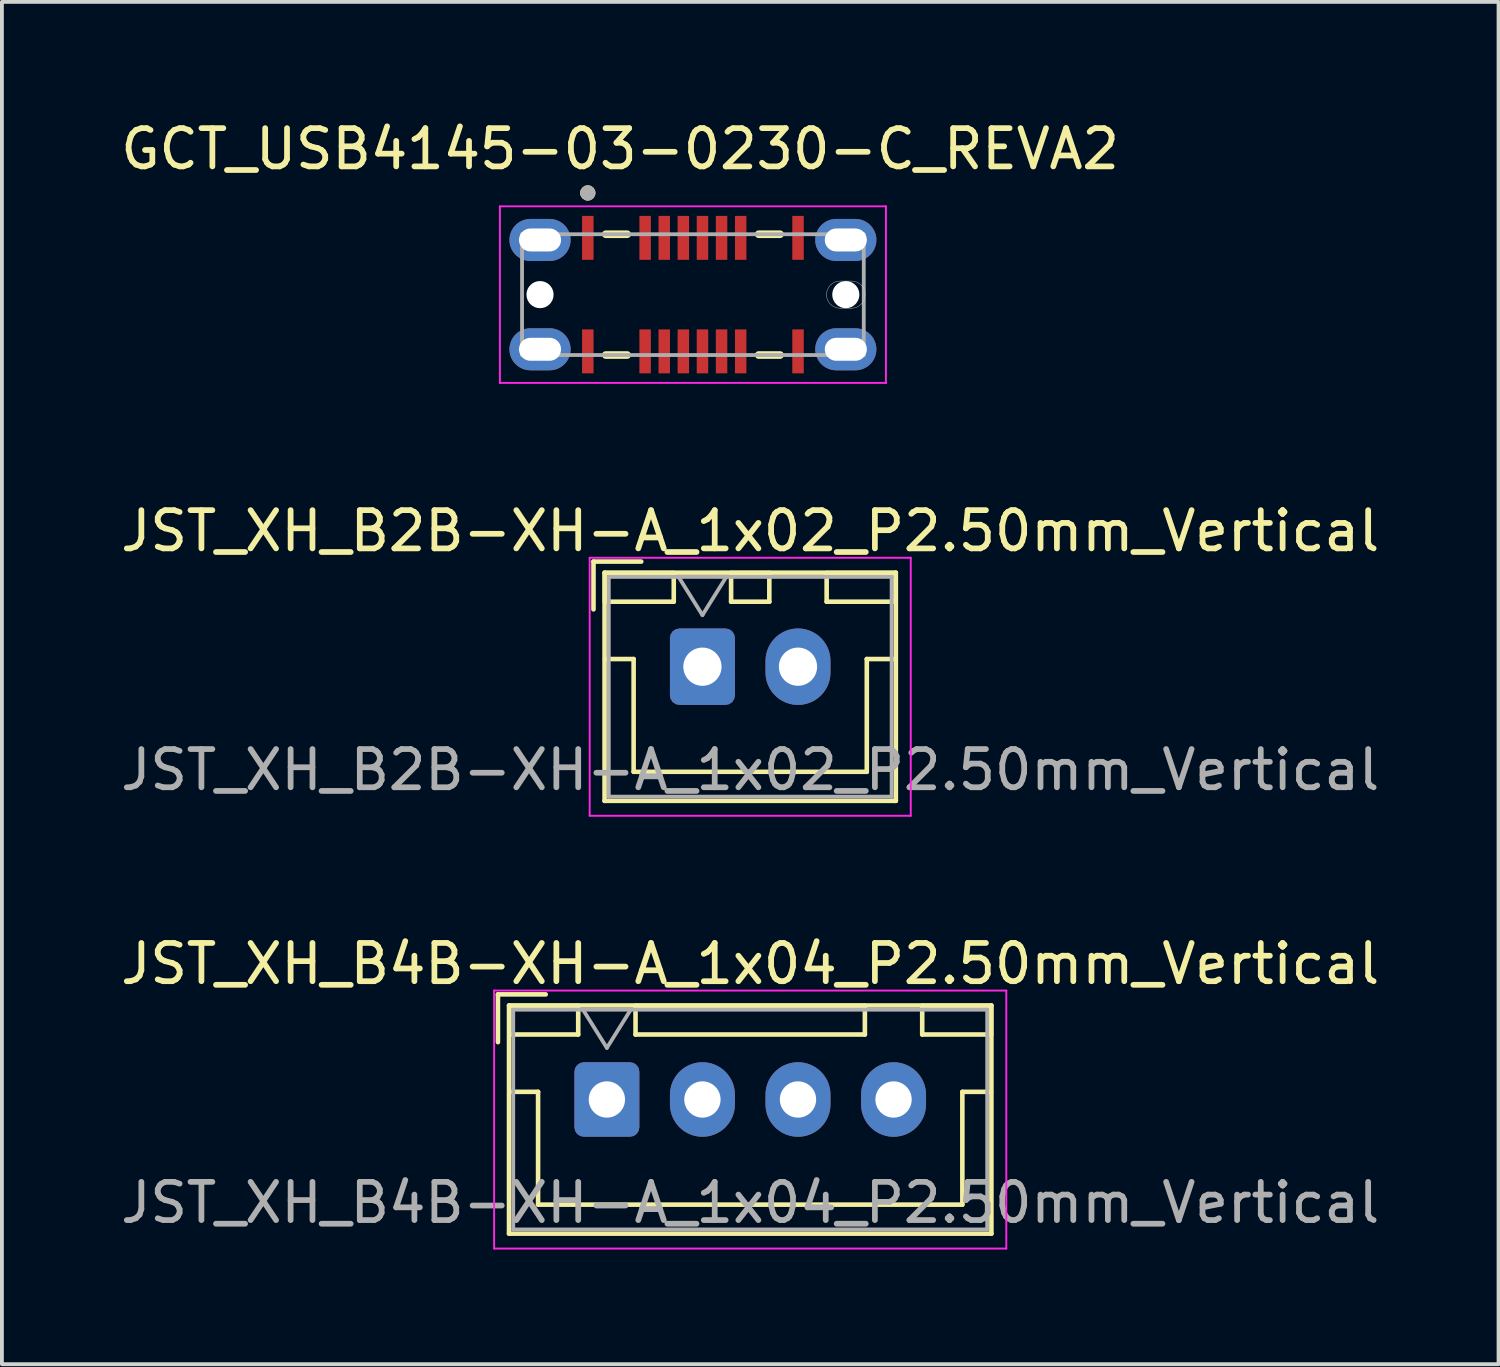
<source format=kicad_pcb>
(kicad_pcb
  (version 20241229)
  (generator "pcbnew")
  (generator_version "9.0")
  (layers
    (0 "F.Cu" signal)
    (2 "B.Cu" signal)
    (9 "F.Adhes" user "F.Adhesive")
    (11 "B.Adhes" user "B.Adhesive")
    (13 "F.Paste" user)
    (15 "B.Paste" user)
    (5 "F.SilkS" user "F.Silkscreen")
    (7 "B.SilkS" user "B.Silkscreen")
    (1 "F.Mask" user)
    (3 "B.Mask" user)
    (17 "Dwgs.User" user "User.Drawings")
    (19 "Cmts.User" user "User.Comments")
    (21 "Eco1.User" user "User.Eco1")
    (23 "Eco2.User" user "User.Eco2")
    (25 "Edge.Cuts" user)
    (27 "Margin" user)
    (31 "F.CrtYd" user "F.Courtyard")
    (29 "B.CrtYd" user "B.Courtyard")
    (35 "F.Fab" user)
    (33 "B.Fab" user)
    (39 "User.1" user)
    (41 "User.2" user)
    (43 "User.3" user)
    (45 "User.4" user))
  (footprint "JST_XH_B4B-XH-A_1x04_P2.50mm_Vertical"
    (layer "F.Cu")
    (at 12.827 25.715)
    (property "Reference" "JST_XH_B4B-XH-A_1x04_P2.50mm_Vertical" (at 3.75 -3.55 180) (layer "F.SilkS") (effects (font (size 1 1) (thickness 0.15))))
    (attr through_hole)
    (fp_line (start -2.85 -2.75) (end -2.85 -1.5) (stroke (width 0.12) (type solid)) (layer "F.SilkS"))
    (fp_line (start -2.56 -2.46) (end -2.56 3.51) (stroke (width 0.12) (type solid)) (layer "F.SilkS"))
    (fp_line (start -2.56 3.51) (end 10.06 3.51) (stroke (width 0.12) (type solid)) (layer "F.SilkS"))
    (fp_line (start -2.55 -2.45) (end -2.55 -1.7) (stroke (width 0.12) (type solid)) (layer "F.SilkS"))
    (fp_line (start -2.55 -1.7) (end -0.75 -1.7) (stroke (width 0.12) (type solid)) (layer "F.SilkS"))
    (fp_line (start -2.55 -0.2) (end -1.8 -0.2) (stroke (width 0.12) (type solid)) (layer "F.SilkS"))
    (fp_line (start -1.8 -0.2) (end -1.8 2.75) (stroke (width 0.12) (type solid)) (layer "F.SilkS"))
    (fp_line (start -1.8 2.75) (end 3.75 2.75) (stroke (width 0.12) (type solid)) (layer "F.SilkS"))
    (fp_line (start -1.6 -2.75) (end -2.85 -2.75) (stroke (width 0.12) (type solid)) (layer "F.SilkS"))
    (fp_line (start -0.75 -2.45) (end -2.55 -2.45) (stroke (width 0.12) (type solid)) (layer "F.SilkS"))
    (fp_line (start -0.75 -1.7) (end -0.75 -2.45) (stroke (width 0.12) (type solid)) (layer "F.SilkS"))
    (fp_line (start 0.75 -2.45) (end 0.75 -1.7) (stroke (width 0.12) (type solid)) (layer "F.SilkS"))
    (fp_line (start 0.75 -1.7) (end 6.75 -1.7) (stroke (width 0.12) (type solid)) (layer "F.SilkS"))
    (fp_line (start 6.75 -2.45) (end 0.75 -2.45) (stroke (width 0.12) (type solid)) (layer "F.SilkS"))
    (fp_line (start 6.75 -1.7) (end 6.75 -2.45) (stroke (width 0.12) (type solid)) (layer "F.SilkS"))
    (fp_line (start 8.25 -2.45) (end 8.25 -1.7) (stroke (width 0.12) (type solid)) (layer "F.SilkS"))
    (fp_line (start 8.25 -1.7) (end 10.05 -1.7) (stroke (width 0.12) (type solid)) (layer "F.SilkS"))
    (fp_line (start 9.3 -0.2) (end 9.3 2.75) (stroke (width 0.12) (type solid)) (layer "F.SilkS"))
    (fp_line (start 9.3 2.75) (end 3.75 2.75) (stroke (width 0.12) (type solid)) (layer "F.SilkS"))
    (fp_line (start 10.05 -2.45) (end 8.25 -2.45) (stroke (width 0.12) (type solid)) (layer "F.SilkS"))
    (fp_line (start 10.05 -1.7) (end 10.05 -2.45) (stroke (width 0.12) (type solid)) (layer "F.SilkS"))
    (fp_line (start 10.05 -0.2) (end 9.3 -0.2) (stroke (width 0.12) (type solid)) (layer "F.SilkS"))
    (fp_line (start 10.06 -2.46) (end -2.56 -2.46) (stroke (width 0.12) (type solid)) (layer "F.SilkS"))
    (fp_line (start 10.06 3.51) (end 10.06 -2.46) (stroke (width 0.12) (type solid)) (layer "F.SilkS"))
    (fp_line (start -2.95 -2.85) (end -2.95 3.9) (stroke (width 0.05) (type solid)) (layer "F.CrtYd"))
    (fp_line (start -2.95 3.9) (end 10.45 3.9) (stroke (width 0.05) (type solid)) (layer "F.CrtYd"))
    (fp_line (start 10.45 -2.85) (end -2.95 -2.85) (stroke (width 0.05) (type solid)) (layer "F.CrtYd"))
    (fp_line (start 10.45 3.9) (end 10.45 -2.85) (stroke (width 0.05) (type solid)) (layer "F.CrtYd"))
    (fp_line (start -2.45 -2.35) (end -2.45 3.4) (stroke (width 0.1) (type solid)) (layer "F.Fab"))
    (fp_line (start -2.45 3.4) (end 9.95 3.4) (stroke (width 0.1) (type solid)) (layer "F.Fab"))
    (fp_line (start -0.625 -2.35) (end 0 -1.35) (stroke (width 0.1) (type solid)) (layer "F.Fab"))
    (fp_line (start 0 -1.35) (end 0.625 -2.35) (stroke (width 0.1) (type solid)) (layer "F.Fab"))
    (fp_line (start 9.95 -2.35) (end -2.45 -2.35) (stroke (width 0.1) (type solid)) (layer "F.Fab"))
    (fp_line (start 9.95 3.4) (end 9.95 -2.35) (stroke (width 0.1) (type solid)) (layer "F.Fab"))
    (fp_text user "${REFERENCE}" (at 3.75 2.7 180) (layer "F.Fab") (effects (font (size 1 1) (thickness 0.15))))
    (pad "1" thru_hole roundrect (at 0 0) (size 1.7 1.95) (drill 0.95) (layers "*.Cu" "*.Mask") (roundrect_rratio 0.147))
    (pad "2" thru_hole oval (at 2.5 0) (size 1.7 1.95) (drill 0.95) (layers "*.Cu" "*.Mask"))
    (pad "3" thru_hole oval (at 5 0) (size 1.7 1.95) (drill 0.95) (layers "*.Cu" "*.Mask"))
    (pad "4" thru_hole oval (at 7.5 0) (size 1.7 1.95) (drill 0.95) (layers "*.Cu" "*.Mask")))
  (footprint "JST_XH_B2B-XH-A_1x02_P2.50mm_Vertical"
    (layer "F.Cu")
    (at 15.327 14.392)
    (property "Reference" "JST_XH_B2B-XH-A_1x02_P2.50mm_Vertical" (at 1.25 -3.55 180) (layer "F.SilkS") (effects (font (size 1 1) (thickness 0.15))))
    (attr through_hole)
    (fp_line (start -2.85 -2.75) (end -2.85 -1.5) (stroke (width 0.12) (type solid)) (layer "F.SilkS"))
    (fp_line (start -2.56 -2.46) (end -2.56 3.51) (stroke (width 0.12) (type solid)) (layer "F.SilkS"))
    (fp_line (start -2.56 3.51) (end 5.06 3.51) (stroke (width 0.12) (type solid)) (layer "F.SilkS"))
    (fp_line (start -2.55 -2.45) (end -2.55 -1.7) (stroke (width 0.12) (type solid)) (layer "F.SilkS"))
    (fp_line (start -2.55 -1.7) (end -0.75 -1.7) (stroke (width 0.12) (type solid)) (layer "F.SilkS"))
    (fp_line (start -2.55 -0.2) (end -1.8 -0.2) (stroke (width 0.12) (type solid)) (layer "F.SilkS"))
    (fp_line (start -1.8 -0.2) (end -1.8 2.75) (stroke (width 0.12) (type solid)) (layer "F.SilkS"))
    (fp_line (start -1.8 2.75) (end 1.25 2.75) (stroke (width 0.12) (type solid)) (layer "F.SilkS"))
    (fp_line (start -1.6 -2.75) (end -2.85 -2.75) (stroke (width 0.12) (type solid)) (layer "F.SilkS"))
    (fp_line (start -0.75 -2.45) (end -2.55 -2.45) (stroke (width 0.12) (type solid)) (layer "F.SilkS"))
    (fp_line (start -0.75 -1.7) (end -0.75 -2.45) (stroke (width 0.12) (type solid)) (layer "F.SilkS"))
    (fp_line (start 0.75 -2.45) (end 0.75 -1.7) (stroke (width 0.12) (type solid)) (layer "F.SilkS"))
    (fp_line (start 0.75 -1.7) (end 1.75 -1.7) (stroke (width 0.12) (type solid)) (layer "F.SilkS"))
    (fp_line (start 1.75 -2.45) (end 0.75 -2.45) (stroke (width 0.12) (type solid)) (layer "F.SilkS"))
    (fp_line (start 1.75 -1.7) (end 1.75 -2.45) (stroke (width 0.12) (type solid)) (layer "F.SilkS"))
    (fp_line (start 3.25 -2.45) (end 3.25 -1.7) (stroke (width 0.12) (type solid)) (layer "F.SilkS"))
    (fp_line (start 3.25 -1.7) (end 5.05 -1.7) (stroke (width 0.12) (type solid)) (layer "F.SilkS"))
    (fp_line (start 4.3 -0.2) (end 4.3 2.75) (stroke (width 0.12) (type solid)) (layer "F.SilkS"))
    (fp_line (start 4.3 2.75) (end 1.25 2.75) (stroke (width 0.12) (type solid)) (layer "F.SilkS"))
    (fp_line (start 5.05 -2.45) (end 3.25 -2.45) (stroke (width 0.12) (type solid)) (layer "F.SilkS"))
    (fp_line (start 5.05 -1.7) (end 5.05 -2.45) (stroke (width 0.12) (type solid)) (layer "F.SilkS"))
    (fp_line (start 5.05 -0.2) (end 4.3 -0.2) (stroke (width 0.12) (type solid)) (layer "F.SilkS"))
    (fp_line (start 5.06 -2.46) (end -2.56 -2.46) (stroke (width 0.12) (type solid)) (layer "F.SilkS"))
    (fp_line (start 5.06 3.51) (end 5.06 -2.46) (stroke (width 0.12) (type solid)) (layer "F.SilkS"))
    (fp_line (start -2.95 -2.85) (end -2.95 3.9) (stroke (width 0.05) (type solid)) (layer "F.CrtYd"))
    (fp_line (start -2.95 3.9) (end 5.45 3.9) (stroke (width 0.05) (type solid)) (layer "F.CrtYd"))
    (fp_line (start 5.45 -2.85) (end -2.95 -2.85) (stroke (width 0.05) (type solid)) (layer "F.CrtYd"))
    (fp_line (start 5.45 3.9) (end 5.45 -2.85) (stroke (width 0.05) (type solid)) (layer "F.CrtYd"))
    (fp_line (start -2.45 -2.35) (end -2.45 3.4) (stroke (width 0.1) (type solid)) (layer "F.Fab"))
    (fp_line (start -2.45 3.4) (end 4.95 3.4) (stroke (width 0.1) (type solid)) (layer "F.Fab"))
    (fp_line (start -0.625 -2.35) (end 0 -1.35) (stroke (width 0.1) (type solid)) (layer "F.Fab"))
    (fp_line (start 0 -1.35) (end 0.625 -2.35) (stroke (width 0.1) (type solid)) (layer "F.Fab"))
    (fp_line (start 4.95 -2.35) (end -2.45 -2.35) (stroke (width 0.1) (type solid)) (layer "F.Fab"))
    (fp_line (start 4.95 3.4) (end 4.95 -2.35) (stroke (width 0.1) (type solid)) (layer "F.Fab"))
    (fp_text user "${REFERENCE}" (at 1.25 2.7 180) (layer "F.Fab") (effects (font (size 1 1) (thickness 0.15))))
    (pad "1" thru_hole roundrect (at 0 0) (size 1.7 2) (drill 1) (layers "*.Cu" "*.Mask") (roundrect_rratio 0.147))
    (pad "2" thru_hole oval (at 2.5 0) (size 1.7 2) (drill 1) (layers "*.Cu" "*.Mask")))
  (footprint "GCT_USB4145-03-0230-C_REVA2"
    (layer "F.Cu")
    (at 15.078 4.658)
    (property "Reference" "GCT_USB4145-03-0230-C_REVA2" (at -1.905 -3.81 180) (layer "F.SilkS") (effects (font (size 1 1) (thickness 0.15))))
    (attr smd)
    (fp_line (start -2.28 -1.58) (end -1.72 -1.58) (stroke (width 0.2) (type solid)) (layer "F.SilkS"))
    (fp_line (start -2.28 1.58) (end -1.72 1.58) (stroke (width 0.2) (type solid)) (layer "F.SilkS"))
    (fp_line (start 1.72 -1.58) (end 2.28 -1.58) (stroke (width 0.2) (type solid)) (layer "F.SilkS"))
    (fp_line (start 1.72 1.58) (end 2.28 1.58) (stroke (width 0.2) (type solid)) (layer "F.SilkS"))
    (fp_circle (center -2.75 -2.66) (end -2.65 -2.66) (stroke (width 0.2) (type solid)) (fill no) (layer "F.SilkS"))
    (fp_line (start 3.85 -0.355) (end 4.15 -0.355) (stroke (width 0.01) (type solid)) (layer "Edge.Cuts"))
    (fp_line (start 4.15 0.355) (end 3.85 0.355) (stroke (width 0.01) (type solid)) (layer "Edge.Cuts"))
    (fp_arc (start 3.495 0) (mid 3.598977 -0.251023) (end 3.85 -0.355) (stroke (width 0.01) (type solid)) (layer "Edge.Cuts"))
    (fp_arc (start 3.85 0.355) (mid 3.598977 0.251023) (end 3.495 0) (stroke (width 0.01) (type solid)) (layer "Edge.Cuts"))
    (fp_arc (start 4.15 -0.355) (mid 4.401023 -0.251023) (end 4.505 0) (stroke (width 0.01) (type solid)) (layer "Edge.Cuts"))
    (fp_arc (start 4.505 0) (mid 4.401023 0.251023) (end 4.15 0.355) (stroke (width 0.01) (type solid)) (layer "Edge.Cuts"))
    (fp_line (start -5.05 -2.31) (end -5.05 2.31) (stroke (width 0.05) (type solid)) (layer "F.CrtYd"))
    (fp_line (start -5.05 2.31) (end 5.05 2.31) (stroke (width 0.05) (type solid)) (layer "F.CrtYd"))
    (fp_line (start 5.05 -2.31) (end -5.05 -2.31) (stroke (width 0.05) (type solid)) (layer "F.CrtYd"))
    (fp_line (start 5.05 2.31) (end 5.05 -2.31) (stroke (width 0.05) (type solid)) (layer "F.CrtYd"))
    (fp_line (start -4.47 -1.58) (end 4.47 -1.58) (stroke (width 0.1) (type solid)) (layer "F.Fab"))
    (fp_line (start -4.47 1.58) (end -4.47 -1.58) (stroke (width 0.1) (type solid)) (layer "F.Fab"))
    (fp_line (start 4.47 -1.58) (end 4.47 1.58) (stroke (width 0.1) (type solid)) (layer "F.Fab"))
    (fp_line (start 4.47 1.58) (end -4.47 1.58) (stroke (width 0.1) (type solid)) (layer "F.Fab"))
    (fp_circle (center -2.75 -2.66) (end -2.65 -2.66) (stroke (width 0.2) (type solid)) (fill no) (layer "F.Fab"))
    (pad "" np_thru_hole circle (at -4 0) (size 0.71 0.71) (drill 0.71) (layers "*.Cu" "*.Mask"))
    (pad "" np_thru_hole circle (at 4 0) (size 0.71 0.71) (drill 0.71) (layers "*.Cu" "*.Mask"))
    (pad "A1" smd rect (at -2.75 -1.485) (size 0.3 1.15) (layers "F.Cu" "F.Mask" "F.Paste"))
    (pad "A4" smd rect (at -1.25 -1.485) (size 0.3 1.15) (layers "F.Cu" "F.Mask" "F.Paste"))
    (pad "A5" smd rect (at -0.75 -1.485) (size 0.3 1.15) (layers "F.Cu" "F.Mask" "F.Paste"))
    (pad "A6" smd rect (at -0.25 -1.485) (size 0.3 1.15) (layers "F.Cu" "F.Mask" "F.Paste"))
    (pad "A7" smd rect (at 0.25 -1.485) (size 0.3 1.15) (layers "F.Cu" "F.Mask" "F.Paste"))
    (pad "A8" smd rect (at 0.75 -1.485) (size 0.3 1.15) (layers "F.Cu" "F.Mask" "F.Paste"))
    (pad "A9" smd rect (at 1.25 -1.485) (size 0.3 1.15) (layers "F.Cu" "F.Mask" "F.Paste"))
    (pad "A12" smd rect (at 2.75 -1.485) (size 0.3 1.15) (layers "F.Cu" "F.Mask" "F.Paste"))
    (pad "B1" smd rect (at 2.75 1.485) (size 0.3 1.15) (layers "F.Cu" "F.Mask" "F.Paste"))
    (pad "B4" smd rect (at 1.25 1.485) (size 0.3 1.15) (layers "F.Cu" "F.Mask" "F.Paste"))
    (pad "B5" smd rect (at 0.75 1.485) (size 0.3 1.15) (layers "F.Cu" "F.Mask" "F.Paste"))
    (pad "B6" smd rect (at 0.25 1.485) (size 0.3 1.15) (layers "F.Cu" "F.Mask" "F.Paste"))
    (pad "B7" smd rect (at -0.25 1.485) (size 0.3 1.15) (layers "F.Cu" "F.Mask" "F.Paste"))
    (pad "B8" smd rect (at -0.75 1.485) (size 0.3 1.15) (layers "F.Cu" "F.Mask" "F.Paste"))
    (pad "B9" smd rect (at -1.25 1.485) (size 0.3 1.15) (layers "F.Cu" "F.Mask" "F.Paste"))
    (pad "B12" smd rect (at -2.75 1.485) (size 0.3 1.15) (layers "F.Cu" "F.Mask" "F.Paste"))
    (pad "S1" thru_hole oval (at -4 -1.43) (size 1.6 1.1) (drill oval 1.1 0.6) (layers "*.Cu" "*.Mask"))
    (pad "S2" thru_hole oval (at 4 -1.43) (size 1.6 1.1) (drill oval 1.1 0.6) (layers "*.Cu" "*.Mask"))
    (pad "S3" thru_hole oval (at -4 1.43) (size 1.6 1.1) (drill oval 1.1 0.6) (layers "*.Cu" "*.Mask"))
    (pad "S4" thru_hole oval (at 4 1.43) (size 1.6 1.1) (drill oval 1.1 0.6) (layers "*.Cu" "*.Mask")))
  (gr_rect
    (start -3 -3)
    (end 36.155 32.64)
    (stroke (width 0.1) (type default))
    (fill no)
    (layer "Edge.Cuts")))
</source>
